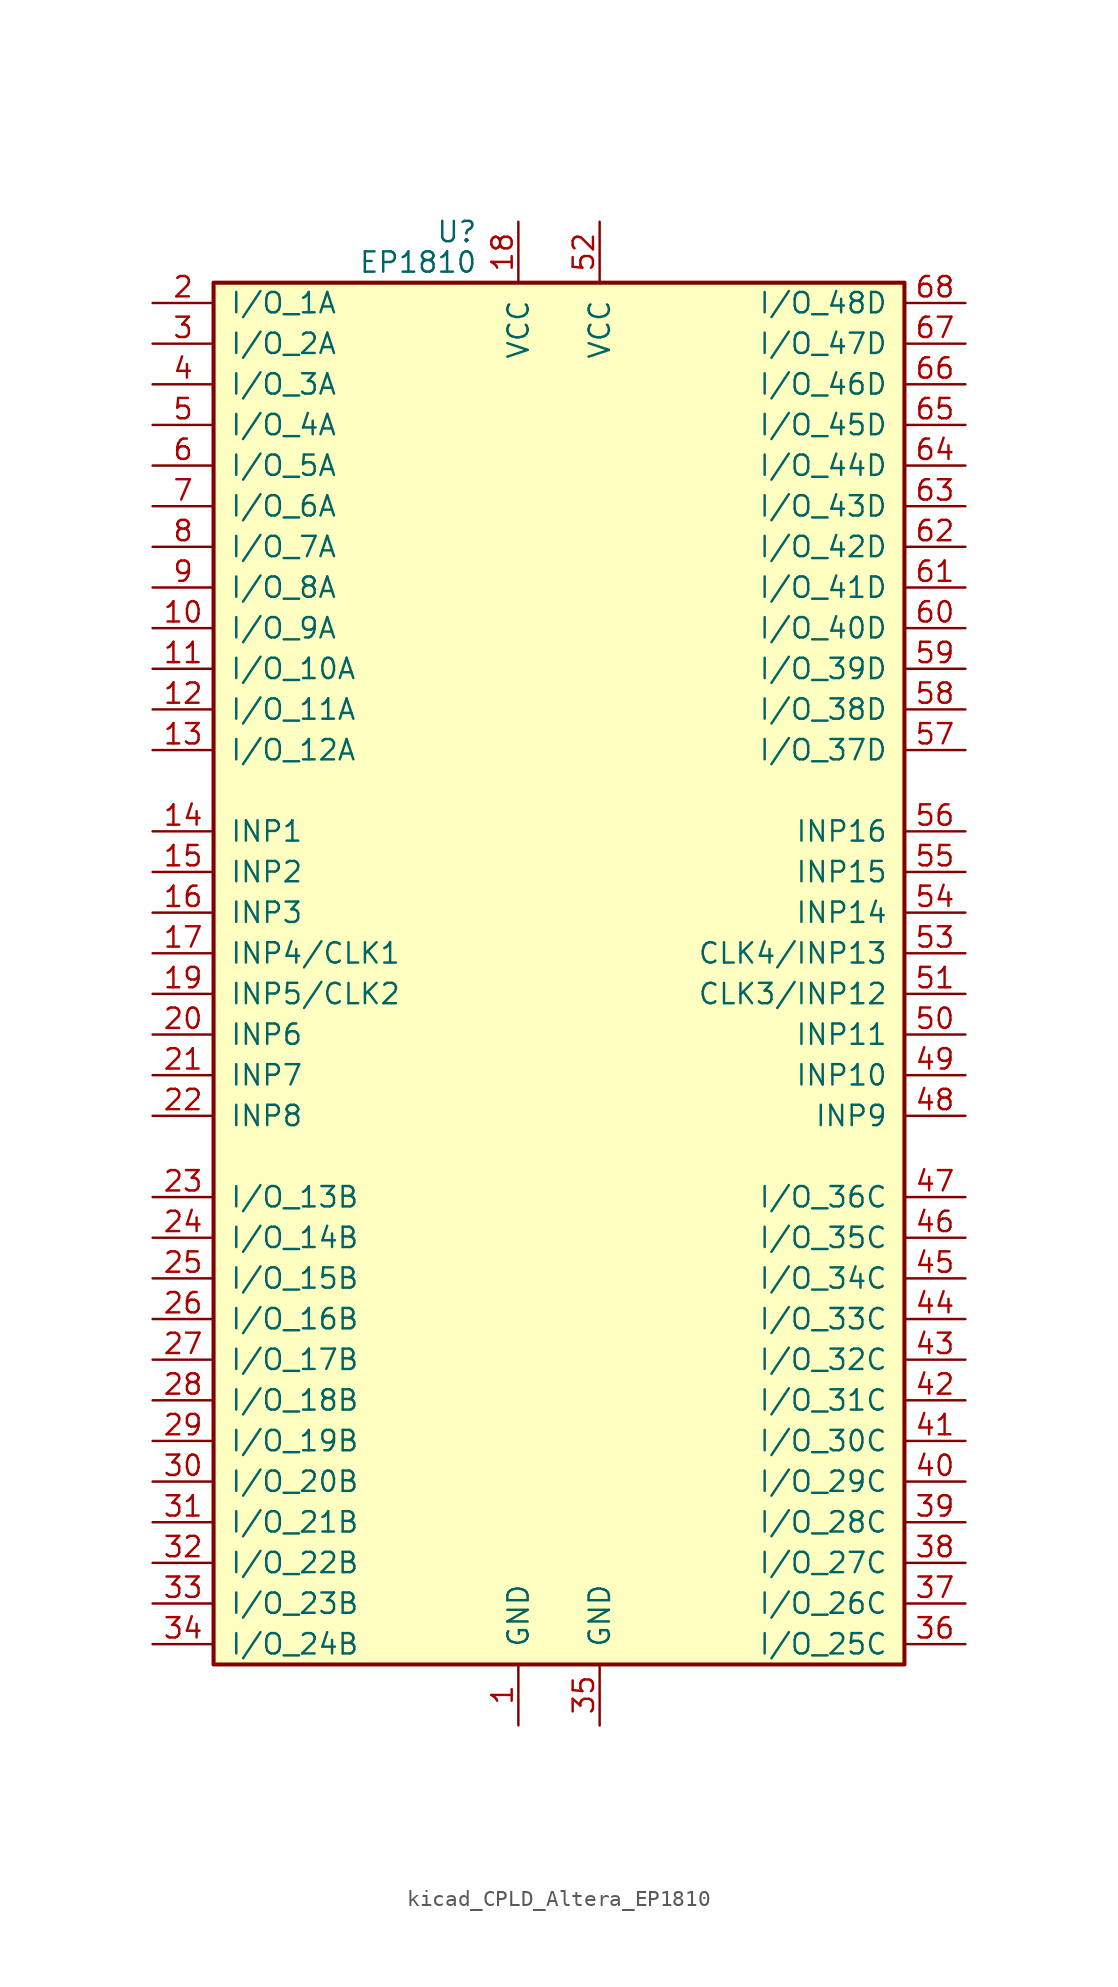
<source format=kicad_sym>
(kicad_symbol_lib
  (version 20220914)
  (generator kicad_symbol_editor)
  (symbol "kicad_CPLD_Altera_EP1810"
    (pin_names
      (offset 1.016))
    (property "Reference" "U"
      (at -5.08 47.625 0)
      (effects (font (size 1.27 1.27)) (justify right)))
    (property "Value" "EP1810"
      (at -5.08 45.72 0)
      (effects (font (size 1.27 1.27)) (justify right)))
    (symbol "kicad_CPLD_Altera_EP1810_0_1"
      (rectangle (start -21.59 -41.91) (end 21.59 44.45) (stroke (width 0.254) (type default)) (fill (type background))))
    (symbol "kicad_CPLD_Altera_EP1810_1_1"
      (pin power_in line (at -2.54 -45.72 90) (length 3.81) (name "GND" (effects (font (size 1.27 1.27)))) (number "1" (effects (font (size 1.27 1.27)))))
      (pin input line (at -25.4 22.86 0) (length 3.81) (name "I/O_9A" (effects (font (size 1.27 1.27)))) (number "10" (effects (font (size 1.27 1.27)))))
      (pin input line (at -25.4 20.32 0) (length 3.81) (name "I/O_10A" (effects (font (size 1.27 1.27)))) (number "11" (effects (font (size 1.27 1.27)))))
      (pin input line (at -25.4 17.78 0) (length 3.81) (name "I/O_11A" (effects (font (size 1.27 1.27)))) (number "12" (effects (font (size 1.27 1.27)))))
      (pin input line (at -25.4 15.24 0) (length 3.81) (name "I/O_12A" (effects (font (size 1.27 1.27)))) (number "13" (effects (font (size 1.27 1.27)))))
      (pin input line (at -25.4 10.16 0) (length 3.81) (name "INP1" (effects (font (size 1.27 1.27)))) (number "14" (effects (font (size 1.27 1.27)))))
      (pin input line (at -25.4 7.62 0) (length 3.81) (name "INP2" (effects (font (size 1.27 1.27)))) (number "15" (effects (font (size 1.27 1.27)))))
      (pin input line (at -25.4 5.08 0) (length 3.81) (name "INP3" (effects (font (size 1.27 1.27)))) (number "16" (effects (font (size 1.27 1.27)))))
      (pin input line (at -25.4 2.54 0) (length 3.81) (name "INP4/CLK1" (effects (font (size 1.27 1.27)))) (number "17" (effects (font (size 1.27 1.27)))))
      (pin power_in line (at -2.54 48.26 270) (length 3.81) (name "VCC" (effects (font (size 1.27 1.27)))) (number "18" (effects (font (size 1.27 1.27)))))
      (pin input line (at -25.4 0 0) (length 3.81) (name "INP5/CLK2" (effects (font (size 1.27 1.27)))) (number "19" (effects (font (size 1.27 1.27)))))
      (pin input line (at -25.4 43.18 0) (length 3.81) (name "I/O_1A" (effects (font (size 1.27 1.27)))) (number "2" (effects (font (size 1.27 1.27)))))
      (pin input line (at -25.4 -2.54 0) (length 3.81) (name "INP6" (effects (font (size 1.27 1.27)))) (number "20" (effects (font (size 1.27 1.27)))))
      (pin input line (at -25.4 -5.08 0) (length 3.81) (name "INP7" (effects (font (size 1.27 1.27)))) (number "21" (effects (font (size 1.27 1.27)))))
      (pin input line (at -25.4 -7.62 0) (length 3.81) (name "INP8" (effects (font (size 1.27 1.27)))) (number "22" (effects (font (size 1.27 1.27)))))
      (pin input line (at -25.4 -12.7 0) (length 3.81) (name "I/O_13B" (effects (font (size 1.27 1.27)))) (number "23" (effects (font (size 1.27 1.27)))))
      (pin input line (at -25.4 -15.24 0) (length 3.81) (name "I/O_14B" (effects (font (size 1.27 1.27)))) (number "24" (effects (font (size 1.27 1.27)))))
      (pin input line (at -25.4 -17.78 0) (length 3.81) (name "I/O_15B" (effects (font (size 1.27 1.27)))) (number "25" (effects (font (size 1.27 1.27)))))
      (pin input line (at -25.4 -20.32 0) (length 3.81) (name "I/O_16B" (effects (font (size 1.27 1.27)))) (number "26" (effects (font (size 1.27 1.27)))))
      (pin input line (at -25.4 -22.86 0) (length 3.81) (name "I/O_17B" (effects (font (size 1.27 1.27)))) (number "27" (effects (font (size 1.27 1.27)))))
      (pin input line (at -25.4 -25.4 0) (length 3.81) (name "I/O_18B" (effects (font (size 1.27 1.27)))) (number "28" (effects (font (size 1.27 1.27)))))
      (pin input line (at -25.4 -27.94 0) (length 3.81) (name "I/O_19B" (effects (font (size 1.27 1.27)))) (number "29" (effects (font (size 1.27 1.27)))))
      (pin input line (at -25.4 40.64 0) (length 3.81) (name "I/O_2A" (effects (font (size 1.27 1.27)))) (number "3" (effects (font (size 1.27 1.27)))))
      (pin input line (at -25.4 -30.48 0) (length 3.81) (name "I/O_20B" (effects (font (size 1.27 1.27)))) (number "30" (effects (font (size 1.27 1.27)))))
      (pin input line (at -25.4 -33.02 0) (length 3.81) (name "I/O_21B" (effects (font (size 1.27 1.27)))) (number "31" (effects (font (size 1.27 1.27)))))
      (pin input line (at -25.4 -35.56 0) (length 3.81) (name "I/O_22B" (effects (font (size 1.27 1.27)))) (number "32" (effects (font (size 1.27 1.27)))))
      (pin input line (at -25.4 -38.1 0) (length 3.81) (name "I/O_23B" (effects (font (size 1.27 1.27)))) (number "33" (effects (font (size 1.27 1.27)))))
      (pin input line (at -25.4 -40.64 0) (length 3.81) (name "I/O_24B" (effects (font (size 1.27 1.27)))) (number "34" (effects (font (size 1.27 1.27)))))
      (pin power_in line (at 2.54 -45.72 90) (length 3.81) (name "GND" (effects (font (size 1.27 1.27)))) (number "35" (effects (font (size 1.27 1.27)))))
      (pin input line (at 25.4 -40.64 180) (length 3.81) (name "I/O_25C" (effects (font (size 1.27 1.27)))) (number "36" (effects (font (size 1.27 1.27)))))
      (pin input line (at 25.4 -38.1 180) (length 3.81) (name "I/O_26C" (effects (font (size 1.27 1.27)))) (number "37" (effects (font (size 1.27 1.27)))))
      (pin input line (at 25.4 -35.56 180) (length 3.81) (name "I/O_27C" (effects (font (size 1.27 1.27)))) (number "38" (effects (font (size 1.27 1.27)))))
      (pin input line (at 25.4 -33.02 180) (length 3.81) (name "I/O_28C" (effects (font (size 1.27 1.27)))) (number "39" (effects (font (size 1.27 1.27)))))
      (pin input line (at -25.4 38.1 0) (length 3.81) (name "I/O_3A" (effects (font (size 1.27 1.27)))) (number "4" (effects (font (size 1.27 1.27)))))
      (pin input line (at 25.4 -30.48 180) (length 3.81) (name "I/O_29C" (effects (font (size 1.27 1.27)))) (number "40" (effects (font (size 1.27 1.27)))))
      (pin input line (at 25.4 -27.94 180) (length 3.81) (name "I/O_30C" (effects (font (size 1.27 1.27)))) (number "41" (effects (font (size 1.27 1.27)))))
      (pin input line (at 25.4 -25.4 180) (length 3.81) (name "I/O_31C" (effects (font (size 1.27 1.27)))) (number "42" (effects (font (size 1.27 1.27)))))
      (pin input line (at 25.4 -22.86 180) (length 3.81) (name "I/O_32C" (effects (font (size 1.27 1.27)))) (number "43" (effects (font (size 1.27 1.27)))))
      (pin input line (at 25.4 -20.32 180) (length 3.81) (name "I/O_33C" (effects (font (size 1.27 1.27)))) (number "44" (effects (font (size 1.27 1.27)))))
      (pin input line (at 25.4 -17.78 180) (length 3.81) (name "I/O_34C" (effects (font (size 1.27 1.27)))) (number "45" (effects (font (size 1.27 1.27)))))
      (pin input line (at 25.4 -15.24 180) (length 3.81) (name "I/O_35C" (effects (font (size 1.27 1.27)))) (number "46" (effects (font (size 1.27 1.27)))))
      (pin input line (at 25.4 -12.7 180) (length 3.81) (name "I/O_36C" (effects (font (size 1.27 1.27)))) (number "47" (effects (font (size 1.27 1.27)))))
      (pin input line (at 25.4 -7.62 180) (length 3.81) (name "INP9" (effects (font (size 1.27 1.27)))) (number "48" (effects (font (size 1.27 1.27)))))
      (pin input line (at 25.4 -5.08 180) (length 3.81) (name "INP10" (effects (font (size 1.27 1.27)))) (number "49" (effects (font (size 1.27 1.27)))))
      (pin input line (at -25.4 35.56 0) (length 3.81) (name "I/O_4A" (effects (font (size 1.27 1.27)))) (number "5" (effects (font (size 1.27 1.27)))))
      (pin input line (at 25.4 -2.54 180) (length 3.81) (name "INP11" (effects (font (size 1.27 1.27)))) (number "50" (effects (font (size 1.27 1.27)))))
      (pin input line (at 25.4 0 180) (length 3.81) (name "CLK3/INP12" (effects (font (size 1.27 1.27)))) (number "51" (effects (font (size 1.27 1.27)))))
      (pin power_in line (at 2.54 48.26 270) (length 3.81) (name "VCC" (effects (font (size 1.27 1.27)))) (number "52" (effects (font (size 1.27 1.27)))))
      (pin input line (at 25.4 2.54 180) (length 3.81) (name "CLK4/INP13" (effects (font (size 1.27 1.27)))) (number "53" (effects (font (size 1.27 1.27)))))
      (pin input line (at 25.4 5.08 180) (length 3.81) (name "INP14" (effects (font (size 1.27 1.27)))) (number "54" (effects (font (size 1.27 1.27)))))
      (pin input line (at 25.4 7.62 180) (length 3.81) (name "INP15" (effects (font (size 1.27 1.27)))) (number "55" (effects (font (size 1.27 1.27)))))
      (pin input line (at 25.4 10.16 180) (length 3.81) (name "INP16" (effects (font (size 1.27 1.27)))) (number "56" (effects (font (size 1.27 1.27)))))
      (pin input line (at 25.4 15.24 180) (length 3.81) (name "I/O_37D" (effects (font (size 1.27 1.27)))) (number "57" (effects (font (size 1.27 1.27)))))
      (pin input line (at 25.4 17.78 180) (length 3.81) (name "I/O_38D" (effects (font (size 1.27 1.27)))) (number "58" (effects (font (size 1.27 1.27)))))
      (pin input line (at 25.4 20.32 180) (length 3.81) (name "I/O_39D" (effects (font (size 1.27 1.27)))) (number "59" (effects (font (size 1.27 1.27)))))
      (pin input line (at -25.4 33.02 0) (length 3.81) (name "I/O_5A" (effects (font (size 1.27 1.27)))) (number "6" (effects (font (size 1.27 1.27)))))
      (pin input line (at 25.4 22.86 180) (length 3.81) (name "I/O_40D" (effects (font (size 1.27 1.27)))) (number "60" (effects (font (size 1.27 1.27)))))
      (pin input line (at 25.4 25.4 180) (length 3.81) (name "I/O_41D" (effects (font (size 1.27 1.27)))) (number "61" (effects (font (size 1.27 1.27)))))
      (pin input line (at 25.4 27.94 180) (length 3.81) (name "I/O_42D" (effects (font (size 1.27 1.27)))) (number "62" (effects (font (size 1.27 1.27)))))
      (pin input line (at 25.4 30.48 180) (length 3.81) (name "I/O_43D" (effects (font (size 1.27 1.27)))) (number "63" (effects (font (size 1.27 1.27)))))
      (pin input line (at 25.4 33.02 180) (length 3.81) (name "I/O_44D" (effects (font (size 1.27 1.27)))) (number "64" (effects (font (size 1.27 1.27)))))
      (pin input line (at 25.4 35.56 180) (length 3.81) (name "I/O_45D" (effects (font (size 1.27 1.27)))) (number "65" (effects (font (size 1.27 1.27)))))
      (pin input line (at 25.4 38.1 180) (length 3.81) (name "I/O_46D" (effects (font (size 1.27 1.27)))) (number "66" (effects (font (size 1.27 1.27)))))
      (pin input line (at 25.4 40.64 180) (length 3.81) (name "I/O_47D" (effects (font (size 1.27 1.27)))) (number "67" (effects (font (size 1.27 1.27)))))
      (pin input line (at 25.4 43.18 180) (length 3.81) (name "I/O_48D" (effects (font (size 1.27 1.27)))) (number "68" (effects (font (size 1.27 1.27)))))
      (pin input line (at -25.4 30.48 0) (length 3.81) (name "I/O_6A" (effects (font (size 1.27 1.27)))) (number "7" (effects (font (size 1.27 1.27)))))
      (pin input line (at -25.4 27.94 0) (length 3.81) (name "I/O_7A" (effects (font (size 1.27 1.27)))) (number "8" (effects (font (size 1.27 1.27)))))
      (pin input line (at -25.4 25.4 0) (length 3.81) (name "I/O_8A" (effects (font (size 1.27 1.27)))) (number "9" (effects (font (size 1.27 1.27))))))))
</source>
